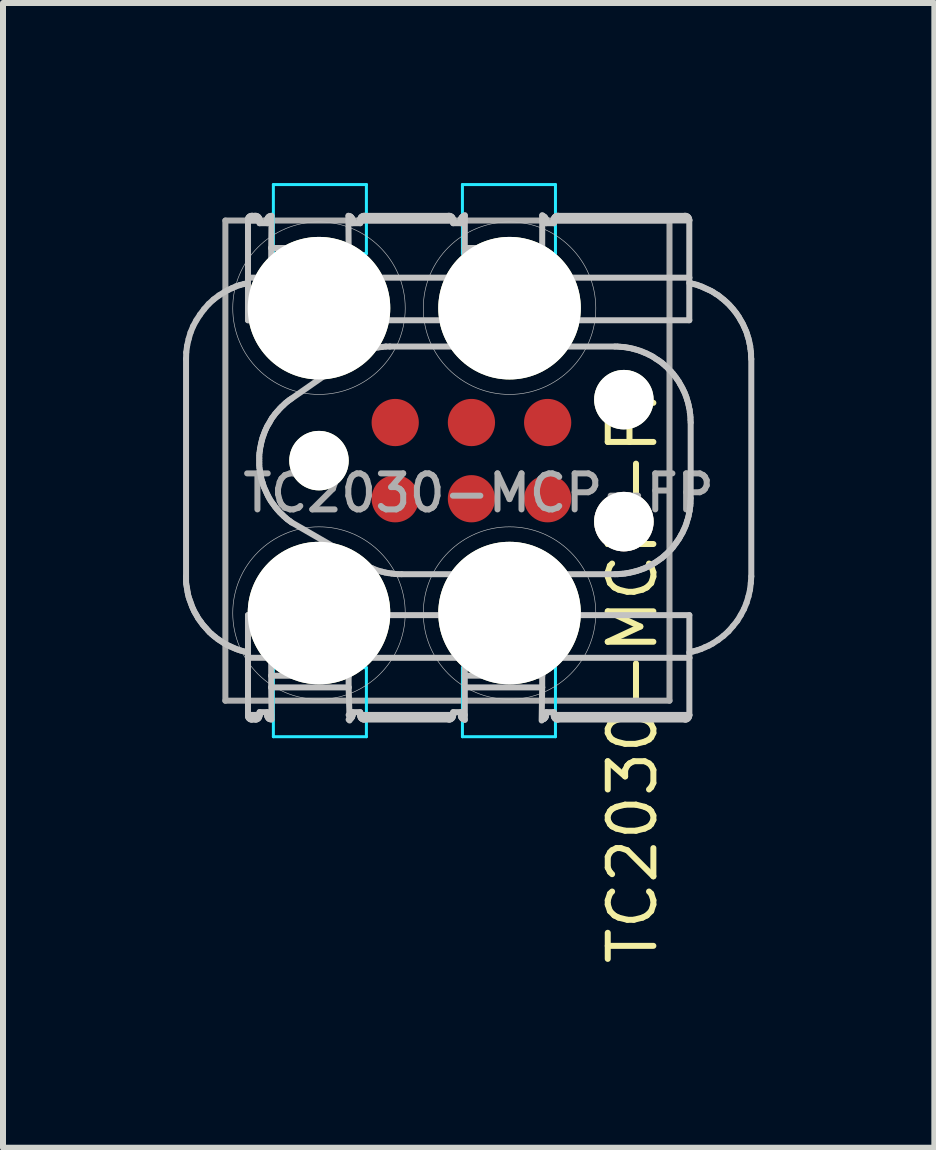
<source format=kicad_pcb>
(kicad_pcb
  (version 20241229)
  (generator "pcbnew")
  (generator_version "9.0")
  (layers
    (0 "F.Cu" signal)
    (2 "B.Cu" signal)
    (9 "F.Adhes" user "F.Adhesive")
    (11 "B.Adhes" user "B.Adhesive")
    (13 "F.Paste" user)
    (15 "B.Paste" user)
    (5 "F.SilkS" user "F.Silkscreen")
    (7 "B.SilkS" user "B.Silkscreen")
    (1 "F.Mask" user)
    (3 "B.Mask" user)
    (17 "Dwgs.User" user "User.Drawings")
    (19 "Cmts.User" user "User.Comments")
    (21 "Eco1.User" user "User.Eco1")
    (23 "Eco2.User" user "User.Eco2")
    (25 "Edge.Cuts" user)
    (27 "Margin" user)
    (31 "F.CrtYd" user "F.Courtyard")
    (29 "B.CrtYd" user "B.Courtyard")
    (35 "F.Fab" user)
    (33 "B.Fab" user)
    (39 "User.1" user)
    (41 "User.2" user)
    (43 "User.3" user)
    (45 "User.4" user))
  (footprint "TC2030-MCP-FP"
    (layer "F.Cu")
    (at 4.805 4.625)
    (property "Reference" "TC2030-MCP-FP" (at 2.685 3.416 270) (layer "F.SilkS") (effects (font (size 0.76 0.76) (thickness 0.1))))
    (attr through_hole)
    (fp_line (start -4.755 1.928) (end -4.755 -1.693) (stroke (width 0.1) (type solid)) (layer "Dwgs.User"))
    (fp_line (start -4.755 1.928) (end -4.755 1.971) (stroke (width 0.1) (type solid)) (layer "Dwgs.User"))
    (fp_line (start -4.755 1.971) (end -4.755 2.014) (stroke (width 0.1) (type solid)) (layer "Dwgs.User"))
    (fp_line (start -4.755 2.014) (end -4.752 2.057) (stroke (width 0.1) (type solid)) (layer "Dwgs.User"))
    (fp_line (start -4.752 -1.804) (end -4.755 -1.693) (stroke (width 0.1) (type solid)) (layer "Dwgs.User"))
    (fp_line (start -4.752 2.057) (end -4.744 2.1) (stroke (width 0.1) (type solid)) (layer "Dwgs.User"))
    (fp_line (start -4.744 2.1) (end -4.737 2.143) (stroke (width 0.1) (type solid)) (layer "Dwgs.User"))
    (fp_line (start -4.737 -1.916) (end -4.752 -1.804) (stroke (width 0.1) (type solid)) (layer "Dwgs.User"))
    (fp_line (start -4.737 2.143) (end -4.73 2.186) (stroke (width 0.1) (type solid)) (layer "Dwgs.User"))
    (fp_line (start -4.73 2.186) (end -4.723 2.226) (stroke (width 0.1) (type solid)) (layer "Dwgs.User"))
    (fp_line (start -4.723 2.226) (end -4.712 2.269) (stroke (width 0.1) (type solid)) (layer "Dwgs.User"))
    (fp_line (start -4.712 -2.027) (end -4.737 -1.916) (stroke (width 0.1) (type solid)) (layer "Dwgs.User"))
    (fp_line (start -4.712 2.269) (end -4.698 2.312) (stroke (width 0.1) (type solid)) (layer "Dwgs.User"))
    (fp_line (start -4.698 2.312) (end -4.683 2.352) (stroke (width 0.1) (type solid)) (layer "Dwgs.User"))
    (fp_line (start -4.683 2.352) (end -4.669 2.391) (stroke (width 0.1) (type solid)) (layer "Dwgs.User"))
    (fp_line (start -4.68 -2.135) (end -4.712 -2.027) (stroke (width 0.1) (type solid)) (layer "Dwgs.User"))
    (fp_line (start -4.669 2.391) (end -4.655 2.431) (stroke (width 0.1) (type solid)) (layer "Dwgs.User"))
    (fp_line (start -4.655 2.431) (end -4.637 2.47) (stroke (width 0.1) (type solid)) (layer "Dwgs.User"))
    (fp_line (start -4.637 -2.239) (end -4.68 -2.135) (stroke (width 0.1) (type solid)) (layer "Dwgs.User"))
    (fp_line (start -4.637 2.47) (end -4.619 2.51) (stroke (width 0.1) (type solid)) (layer "Dwgs.User"))
    (fp_line (start -4.619 2.51) (end -4.597 2.549) (stroke (width 0.1) (type solid)) (layer "Dwgs.User"))
    (fp_line (start -4.597 2.549) (end -4.576 2.585) (stroke (width 0.1) (type solid)) (layer "Dwgs.User"))
    (fp_line (start -4.583 -2.339) (end -4.637 -2.239) (stroke (width 0.1) (type solid)) (layer "Dwgs.User"))
    (fp_line (start -4.576 2.585) (end -4.554 2.625) (stroke (width 0.1) (type solid)) (layer "Dwgs.User"))
    (fp_line (start -4.554 2.625) (end -4.529 2.66) (stroke (width 0.1) (type solid)) (layer "Dwgs.User"))
    (fp_line (start -4.529 2.66) (end -4.504 2.693) (stroke (width 0.1) (type solid)) (layer "Dwgs.User"))
    (fp_line (start -4.522 -2.433) (end -4.583 -2.339) (stroke (width 0.1) (type solid)) (layer "Dwgs.User"))
    (fp_line (start -4.504 2.693) (end -4.479 2.729) (stroke (width 0.1) (type solid)) (layer "Dwgs.User"))
    (fp_line (start -4.479 2.729) (end -4.451 2.761) (stroke (width 0.1) (type solid)) (layer "Dwgs.User"))
    (fp_line (start -4.454 -2.523) (end -4.522 -2.433) (stroke (width 0.1) (type solid)) (layer "Dwgs.User"))
    (fp_line (start -4.451 2.761) (end -4.422 2.793) (stroke (width 0.1) (type solid)) (layer "Dwgs.User"))
    (fp_line (start -4.422 2.793) (end -4.393 2.826) (stroke (width 0.1) (type solid)) (layer "Dwgs.User"))
    (fp_line (start -4.393 2.826) (end -4.365 2.858) (stroke (width 0.1) (type solid)) (layer "Dwgs.User"))
    (fp_line (start -4.379 -2.609) (end -4.454 -2.523) (stroke (width 0.1) (type solid)) (layer "Dwgs.User"))
    (fp_line (start -4.365 2.858) (end -4.332 2.887) (stroke (width 0.1) (type solid)) (layer "Dwgs.User"))
    (fp_line (start -4.332 2.887) (end -4.3 2.915) (stroke (width 0.1) (type solid)) (layer "Dwgs.User"))
    (fp_line (start -4.3 2.915) (end -4.268 2.94) (stroke (width 0.1) (type solid)) (layer "Dwgs.User"))
    (fp_line (start -4.297 -2.684) (end -4.379 -2.609) (stroke (width 0.1) (type solid)) (layer "Dwgs.User"))
    (fp_line (start -4.268 2.94) (end -4.232 2.969) (stroke (width 0.1) (type solid)) (layer "Dwgs.User"))
    (fp_line (start -4.232 2.969) (end -4.196 2.994) (stroke (width 0.1) (type solid)) (layer "Dwgs.User"))
    (fp_line (start -4.207 -2.752) (end -4.297 -2.684) (stroke (width 0.1) (type solid)) (layer "Dwgs.User"))
    (fp_line (start -4.196 2.994) (end -4.16 3.016) (stroke (width 0.1) (type solid)) (layer "Dwgs.User"))
    (fp_line (start -4.16 3.016) (end -4.124 3.041) (stroke (width 0.1) (type solid)) (layer "Dwgs.User"))
    (fp_line (start -4.124 3.041) (end -4.089 3.063) (stroke (width 0.1) (type solid)) (layer "Dwgs.User"))
    (fp_line (start -4.11 -2.813) (end -4.207 -2.752) (stroke (width 0.1) (type solid)) (layer "Dwgs.User"))
    (fp_line (start -4.089 3.063) (end -4.049 3.081) (stroke (width 0.1) (type solid)) (layer "Dwgs.User"))
    (fp_line (start -4.049 -2.846) (end -4.11 -2.813) (stroke (width 0.1) (type solid)) (layer "Dwgs.User"))
    (fp_line (start -4.049 3.081) (end -4.01 3.099) (stroke (width 0.1) (type solid)) (layer "Dwgs.User"))
    (fp_line (start -4.01 3.099) (end -3.97 3.117) (stroke (width 0.1) (type solid)) (layer "Dwgs.User"))
    (fp_line (start -3.988 -2.874) (end -4.049 -2.846) (stroke (width 0.1) (type solid)) (layer "Dwgs.User"))
    (fp_line (start -3.97 3.117) (end -3.931 3.134) (stroke (width 0.1) (type solid)) (layer "Dwgs.User"))
    (fp_line (start -3.931 3.134) (end -3.891 3.149) (stroke (width 0.1) (type solid)) (layer "Dwgs.User"))
    (fp_line (start -3.924 -2.903) (end -3.988 -2.874) (stroke (width 0.1) (type solid)) (layer "Dwgs.User"))
    (fp_line (start -3.891 3.149) (end -3.848 3.163) (stroke (width 0.1) (type solid)) (layer "Dwgs.User"))
    (fp_line (start -3.859 -2.925) (end -3.924 -2.903) (stroke (width 0.1) (type solid)) (layer "Dwgs.User"))
    (fp_line (start -3.848 3.163) (end -3.809 3.174) (stroke (width 0.1) (type solid)) (layer "Dwgs.User"))
    (fp_line (start -3.809 3.174) (end -3.766 3.185) (stroke (width 0.1) (type solid)) (layer "Dwgs.User"))
    (fp_line (start -3.791 -2.943) (end -3.859 -2.925) (stroke (width 0.1) (type solid)) (layer "Dwgs.User"))
    (fp_line (start -3.766 3.185) (end -3.723 3.196) (stroke (width 0.1) (type solid)) (layer "Dwgs.User"))
    (fp_line (start -3.723 -3.049) (end -3.723 -4.002) (stroke (width 0.1) (type solid)) (layer "Dwgs.User"))
    (fp_line (start -3.723 -2.96) (end -3.791 -2.943) (stroke (width 0.1) (type solid)) (layer "Dwgs.User"))
    (fp_line (start -3.723 -4.01) (end -3.723 -4.002) (stroke (width 0.1) (type solid)) (layer "Dwgs.User"))
    (fp_line (start -3.723 3.285) (end -3.336 3.285) (stroke (width 0.1) (type solid)) (layer "Dwgs.User"))
    (fp_line (start -3.723 4.244) (end -3.723 4.262) (stroke (width 0.1) (type solid)) (layer "Dwgs.User"))
    (fp_line (start -3.723 4.262) (end -3.716 4.28) (stroke (width 0.1) (type solid)) (layer "Dwgs.User"))
    (fp_line (start -3.723 -3.049) (end -3.723 -2.339) (stroke (width 0.1) (type solid)) (layer "Dwgs.User"))
    (fp_line (start -3.723 -4.028) (end -3.723 -4.01) (stroke (width 0.1) (type solid)) (layer "Dwgs.User"))
    (fp_line (start -3.723 2.574) (end 3.63 2.574) (stroke (width 0.1) (type solid)) (layer "Dwgs.User"))
    (fp_line (start -3.723 -4.002) (end -3.53 -4.002) (stroke (width 0.1) (type solid)) (layer "Dwgs.User"))
    (fp_line (start -3.723 2.574) (end -3.723 3.285) (stroke (width 0.1) (type solid)) (layer "Dwgs.User"))
    (fp_line (start -3.723 4.237) (end -3.723 4.244) (stroke (width 0.1) (type solid)) (layer "Dwgs.User"))
    (fp_line (start -3.723 4.237) (end -3.723 3.285) (stroke (width 0.1) (type solid)) (layer "Dwgs.User"))
    (fp_line (start -3.716 4.28) (end -3.705 4.295) (stroke (width 0.1) (type solid)) (layer "Dwgs.User"))
    (fp_line (start -3.716 -4.046) (end -3.723 -4.028) (stroke (width 0.1) (type solid)) (layer "Dwgs.User"))
    (fp_line (start -3.705 4.295) (end -3.691 4.306) (stroke (width 0.1) (type solid)) (layer "Dwgs.User"))
    (fp_line (start -3.705 -4.06) (end -3.716 -4.046) (stroke (width 0.1) (type solid)) (layer "Dwgs.User"))
    (fp_line (start -3.691 4.306) (end -3.673 4.314) (stroke (width 0.1) (type solid)) (layer "Dwgs.User"))
    (fp_line (start -3.691 -4.071) (end -3.705 -4.06) (stroke (width 0.1) (type solid)) (layer "Dwgs.User"))
    (fp_line (start -3.673 4.314) (end -3.655 4.316) (stroke (width 0.1) (type solid)) (layer "Dwgs.User"))
    (fp_line (start -3.673 -4.078) (end -3.691 -4.071) (stroke (width 0.1) (type solid)) (layer "Dwgs.User"))
    (fp_line (start -3.655 -4.078) (end -3.601 -4.078) (stroke (width 0.1) (type solid)) (layer "Dwgs.User"))
    (fp_line (start -3.655 -4.081) (end -3.673 -4.078) (stroke (width 0.1) (type solid)) (layer "Dwgs.User"))
    (fp_line (start -3.601 4.314) (end -3.655 4.314) (stroke (width 0.1) (type solid)) (layer "Dwgs.User"))
    (fp_line (start -3.601 4.316) (end -3.583 4.314) (stroke (width 0.1) (type solid)) (layer "Dwgs.User"))
    (fp_line (start -3.583 -4.078) (end -3.601 -4.081) (stroke (width 0.1) (type solid)) (layer "Dwgs.User"))
    (fp_line (start -3.583 4.314) (end -3.565 4.305) (stroke (width 0.1) (type solid)) (layer "Dwgs.User"))
    (fp_line (start -3.565 -4.07) (end -3.583 -4.078) (stroke (width 0.1) (type solid)) (layer "Dwgs.User"))
    (fp_line (start -3.565 4.305) (end -3.551 4.295) (stroke (width 0.1) (type solid)) (layer "Dwgs.User"))
    (fp_line (start -3.551 -4.06) (end -3.565 -4.07) (stroke (width 0.1) (type solid)) (layer "Dwgs.User"))
    (fp_line (start -3.551 4.295) (end -3.54 4.28) (stroke (width 0.1) (type solid)) (layer "Dwgs.User"))
    (fp_line (start -3.54 -4.045) (end -3.551 -4.06) (stroke (width 0.1) (type solid)) (layer "Dwgs.User"))
    (fp_line (start -3.54 4.28) (end -3.533 4.262) (stroke (width 0.1) (type solid)) (layer "Dwgs.User"))
    (fp_line (start -3.535 -0.043) (end -3.535 -0.001) (stroke (width 0.1) (type solid)) (layer "Dwgs.User"))
    (fp_line (start -3.535 -0.001) (end -3.535 0.041) (stroke (width 0.1) (type solid)) (layer "Dwgs.User"))
    (fp_line (start -3.535 0.041) (end -3.535 0.08) (stroke (width 0.1) (type solid)) (layer "Dwgs.User"))
    (fp_line (start -3.535 0.08) (end -3.532 0.122) (stroke (width 0.1) (type solid)) (layer "Dwgs.User"))
    (fp_line (start -3.535 -0.085) (end -3.535 -0.043) (stroke (width 0.1) (type solid)) (layer "Dwgs.User"))
    (fp_line (start -3.533 -4.027) (end -3.54 -4.045) (stroke (width 0.1) (type solid)) (layer "Dwgs.User"))
    (fp_line (start -3.533 4.262) (end -3.53 4.244) (stroke (width 0.1) (type solid)) (layer "Dwgs.User"))
    (fp_line (start -3.532 0.122) (end -3.525 0.164) (stroke (width 0.1) (type solid)) (layer "Dwgs.User"))
    (fp_line (start -3.532 -0.127) (end -3.535 -0.085) (stroke (width 0.1) (type solid)) (layer "Dwgs.User"))
    (fp_line (start -3.53 4.237) (end -3.723 4.237) (stroke (width 0.1) (type solid)) (layer "Dwgs.User"))
    (fp_line (start -3.53 -4.01) (end -3.533 -4.027) (stroke (width 0.1) (type solid)) (layer "Dwgs.User"))
    (fp_line (start -3.53 -4.002) (end -3.53 -4.01) (stroke (width 0.1) (type solid)) (layer "Dwgs.User"))
    (fp_line (start -3.53 4.244) (end -3.53 4.237) (stroke (width 0.1) (type solid)) (layer "Dwgs.User"))
    (fp_line (start -3.53 4.191) (end -3.401 4.191) (stroke (width 0.1) (type solid)) (layer "Dwgs.User"))
    (fp_line (start -3.53 -3.956) (end -3.53 -4.002) (stroke (width 0.1) (type solid)) (layer "Dwgs.User"))
    (fp_line (start -3.53 4.237) (end -3.53 4.19) (stroke (width 0.1) (type solid)) (layer "Dwgs.User"))
    (fp_line (start -3.525 0.164) (end -3.518 0.206) (stroke (width 0.1) (type solid)) (layer "Dwgs.User"))
    (fp_line (start -3.525 -0.169) (end -3.532 -0.127) (stroke (width 0.1) (type solid)) (layer "Dwgs.User"))
    (fp_line (start -3.521 -0.208) (end -3.525 -0.169) (stroke (width 0.1) (type solid)) (layer "Dwgs.User"))
    (fp_line (start -3.518 0.206) (end -3.511 0.245) (stroke (width 0.1) (type solid)) (layer "Dwgs.User"))
    (fp_line (start -3.511 0.245) (end -3.504 0.287) (stroke (width 0.1) (type solid)) (layer "Dwgs.User"))
    (fp_line (start -3.511 -0.25) (end -3.521 -0.208) (stroke (width 0.1) (type solid)) (layer "Dwgs.User"))
    (fp_line (start -3.504 0.287) (end -3.493 0.329) (stroke (width 0.1) (type solid)) (layer "Dwgs.User"))
    (fp_line (start -3.504 -0.291) (end -3.511 -0.25) (stroke (width 0.1) (type solid)) (layer "Dwgs.User"))
    (fp_line (start -3.493 0.329) (end -3.479 0.368) (stroke (width 0.1) (type solid)) (layer "Dwgs.User"))
    (fp_line (start -3.493 -0.331) (end -3.504 -0.291) (stroke (width 0.1) (type solid)) (layer "Dwgs.User"))
    (fp_line (start -3.483 -0.373) (end -3.493 -0.331) (stroke (width 0.1) (type solid)) (layer "Dwgs.User"))
    (fp_line (start -3.479 0.368) (end -3.469 0.406) (stroke (width 0.1) (type solid)) (layer "Dwgs.User"))
    (fp_line (start -3.469 0.406) (end -3.455 0.445) (stroke (width 0.1) (type solid)) (layer "Dwgs.User"))
    (fp_line (start -3.469 -0.412) (end -3.483 -0.373) (stroke (width 0.1) (type solid)) (layer "Dwgs.User"))
    (fp_line (start -3.455 0.445) (end -3.437 0.484) (stroke (width 0.1) (type solid)) (layer "Dwgs.User"))
    (fp_line (start -3.455 -0.45) (end -3.469 -0.412) (stroke (width 0.1) (type solid)) (layer "Dwgs.User"))
    (fp_line (start -3.441 -0.489) (end -3.455 -0.45) (stroke (width 0.1) (type solid)) (layer "Dwgs.User"))
    (fp_line (start -3.437 0.484) (end -3.42 0.522) (stroke (width 0.1) (type solid)) (layer "Dwgs.User"))
    (fp_line (start -3.423 -0.528) (end -3.441 -0.489) (stroke (width 0.1) (type solid)) (layer "Dwgs.User"))
    (fp_line (start -3.42 0.522) (end -3.402 0.561) (stroke (width 0.1) (type solid)) (layer "Dwgs.User"))
    (fp_line (start -3.406 -0.566) (end -3.423 -0.528) (stroke (width 0.1) (type solid)) (layer "Dwgs.User"))
    (fp_line (start -3.402 0.561) (end -3.385 0.596) (stroke (width 0.1) (type solid)) (layer "Dwgs.User"))
    (fp_line (start -3.401 -3.956) (end -3.53 -3.956) (stroke (width 0.1) (type solid)) (layer "Dwgs.User"))
    (fp_line (start -3.401 -4.01) (end -3.401 -4.002) (stroke (width 0.1) (type solid)) (layer "Dwgs.User"))
    (fp_line (start -3.401 -4.028) (end -3.401 -4.01) (stroke (width 0.1) (type solid)) (layer "Dwgs.User"))
    (fp_line (start -3.401 4.244) (end -3.401 4.262) (stroke (width 0.1) (type solid)) (layer "Dwgs.User"))
    (fp_line (start -3.401 4.262) (end -3.393 4.277) (stroke (width 0.1) (type solid)) (layer "Dwgs.User"))
    (fp_line (start -3.401 4.191) (end -3.401 4.237) (stroke (width 0.1) (type solid)) (layer "Dwgs.User"))
    (fp_line (start -3.401 4.237) (end -3.401 4.244) (stroke (width 0.1) (type solid)) (layer "Dwgs.User"))
    (fp_line (start -3.401 -4.002) (end -3.401 -3.956) (stroke (width 0.1) (type solid)) (layer "Dwgs.User"))
    (fp_line (start -3.401 -4.002) (end -3.336 -4.002) (stroke (width 0.1) (type solid)) (layer "Dwgs.User"))
    (fp_line (start -3.394 -4.042) (end -3.401 -4.028) (stroke (width 0.1) (type solid)) (layer "Dwgs.User"))
    (fp_line (start -3.393 4.277) (end -3.383 4.291) (stroke (width 0.1) (type solid)) (layer "Dwgs.User"))
    (fp_line (start -3.385 0.596) (end -3.364 0.635) (stroke (width 0.1) (type solid)) (layer "Dwgs.User"))
    (fp_line (start -3.385 -0.601) (end -3.406 -0.566) (stroke (width 0.1) (type solid)) (layer "Dwgs.User"))
    (fp_line (start -3.383 -4.056) (end -3.394 -4.042) (stroke (width 0.1) (type solid)) (layer "Dwgs.User"))
    (fp_line (start -3.383 4.291) (end -3.372 4.302) (stroke (width 0.1) (type solid)) (layer "Dwgs.User"))
    (fp_line (start -3.372 -4.067) (end -3.383 -4.056) (stroke (width 0.1) (type solid)) (layer "Dwgs.User"))
    (fp_line (start -3.372 4.302) (end -3.354 4.309) (stroke (width 0.1) (type solid)) (layer "Dwgs.User"))
    (fp_line (start -3.364 0.635) (end -3.343 0.67) (stroke (width 0.1) (type solid)) (layer "Dwgs.User"))
    (fp_line (start -3.364 -0.636) (end -3.385 -0.601) (stroke (width 0.1) (type solid)) (layer "Dwgs.User"))
    (fp_line (start -3.354 -4.074) (end -3.372 -4.067) (stroke (width 0.1) (type solid)) (layer "Dwgs.User"))
    (fp_line (start -3.354 4.309) (end -3.336 4.314) (stroke (width 0.1) (type solid)) (layer "Dwgs.User"))
    (fp_line (start -3.343 0.67) (end -3.318 0.705) (stroke (width 0.1) (type solid)) (layer "Dwgs.User"))
    (fp_line (start -3.343 -0.675) (end -3.364 -0.636) (stroke (width 0.1) (type solid)) (layer "Dwgs.User"))
    (fp_line (start -3.336 -3.049) (end -3.723 -3.049) (stroke (width 0.1) (type solid)) (layer "Dwgs.User"))
    (fp_line (start -3.336 3.285) (end -2.046 3.285) (stroke (width 0.1) (type solid)) (layer "Dwgs.User"))
    (fp_line (start -3.336 4.237) (end -3.401 4.237) (stroke (width 0.1) (type solid)) (layer "Dwgs.User"))
    (fp_line (start -3.336 3.778) (end -3.336 3.584) (stroke (width 0.1) (type solid)) (layer "Dwgs.User"))
    (fp_line (start -3.336 -4.078) (end -3.354 -4.074) (stroke (width 0.1) (type solid)) (layer "Dwgs.User"))
    (fp_line (start -3.336 -3.543) (end -3.33 -4.08) (stroke (width 0.1) (type solid)) (layer "Dwgs.User"))
    (fp_line (start -3.336 -3.349) (end -3.336 -3.543) (stroke (width 0.1) (type solid)) (layer "Dwgs.User"))
    (fp_line (start -3.336 -3.349) (end -3.336 -3.049) (stroke (width 0.1) (type solid)) (layer "Dwgs.User"))
    (fp_line (start -3.336 3.778) (end -2.046 3.778) (stroke (width 0.1) (type solid)) (layer "Dwgs.User"))
    (fp_line (start -3.336 3.584) (end -2.046 3.584) (stroke (width 0.1) (type solid)) (layer "Dwgs.User"))
    (fp_line (start -3.336 3.285) (end -3.336 3.583) (stroke (width 0.1) (type solid)) (layer "Dwgs.User"))
    (fp_line (start -3.33 4.31) (end -3.336 3.777) (stroke (width 0.1) (type solid)) (layer "Dwgs.User"))
    (fp_line (start -3.322 -0.71) (end -3.343 -0.675) (stroke (width 0.1) (type solid)) (layer "Dwgs.User"))
    (fp_line (start -3.318 0.705) (end -3.294 0.737) (stroke (width 0.1) (type solid)) (layer "Dwgs.User"))
    (fp_line (start -3.297 -0.742) (end -3.322 -0.71) (stroke (width 0.1) (type solid)) (layer "Dwgs.User"))
    (fp_line (start -3.294 0.737) (end -3.269 0.772) (stroke (width 0.1) (type solid)) (layer "Dwgs.User"))
    (fp_line (start -3.272 -0.777) (end -3.297 -0.742) (stroke (width 0.1) (type solid)) (layer "Dwgs.User"))
    (fp_line (start -3.269 0.772) (end -3.244 0.803) (stroke (width 0.1) (type solid)) (layer "Dwgs.User"))
    (fp_line (start -3.244 -0.809) (end -3.272 -0.777) (stroke (width 0.1) (type solid)) (layer "Dwgs.User"))
    (fp_line (start -3.244 0.803) (end -3.216 0.835) (stroke (width 0.1) (type solid)) (layer "Dwgs.User"))
    (fp_line (start -3.216 -0.84) (end -3.244 -0.809) (stroke (width 0.1) (type solid)) (layer "Dwgs.User"))
    (fp_line (start -3.216 0.835) (end -3.188 0.866) (stroke (width 0.1) (type solid)) (layer "Dwgs.User"))
    (fp_line (start -3.188 -0.872) (end -3.216 -0.84) (stroke (width 0.1) (type solid)) (layer "Dwgs.User"))
    (fp_line (start -3.188 0.866) (end -3.157 0.895) (stroke (width 0.1) (type solid)) (layer "Dwgs.User"))
    (fp_line (start -3.16 -0.9) (end -3.188 -0.872) (stroke (width 0.1) (type solid)) (layer "Dwgs.User"))
    (fp_line (start -3.157 0.895) (end -3.129 0.923) (stroke (width 0.1) (type solid)) (layer "Dwgs.User"))
    (fp_line (start -3.129 -0.928) (end -3.16 -0.9) (stroke (width 0.1) (type solid)) (layer "Dwgs.User"))
    (fp_line (start -3.129 0.923) (end -3.097 0.951) (stroke (width 0.1) (type solid)) (layer "Dwgs.User"))
    (fp_line (start -3.101 -0.956) (end -3.129 -0.928) (stroke (width 0.1) (type solid)) (layer "Dwgs.User"))
    (fp_line (start -3.097 0.951) (end -3.066 0.979) (stroke (width 0.1) (type solid)) (layer "Dwgs.User"))
    (fp_line (start -3.066 -0.984) (end -3.101 -0.956) (stroke (width 0.1) (type solid)) (layer "Dwgs.User"))
    (fp_line (start -3.066 0.979) (end -3.031 1.003) (stroke (width 0.1) (type solid)) (layer "Dwgs.User"))
    (fp_line (start -3.034 -1.009) (end -3.066 -0.984) (stroke (width 0.1) (type solid)) (layer "Dwgs.User"))
    (fp_line (start -3.031 1.003) (end -2.999 1.028) (stroke (width 0.1) (type solid)) (layer "Dwgs.User"))
    (fp_line (start -2.999 -1.033) (end -3.034 -1.009) (stroke (width 0.1) (type solid)) (layer "Dwgs.User"))
    (fp_line (start -2.999 -1.033) (end -2.081 -1.672) (stroke (width 0.1) (type solid)) (layer "Dwgs.User"))
    (fp_line (start -2.05 -4.08) (end -2.046 -3.543) (stroke (width 0.1) (type solid)) (layer "Dwgs.User"))
    (fp_line (start -2.046 -3.049) (end -2.046 -3.349) (stroke (width 0.1) (type solid)) (layer "Dwgs.User"))
    (fp_line (start -2.046 -3.543) (end -2.046 -3.349) (stroke (width 0.1) (type solid)) (layer "Dwgs.User"))
    (fp_line (start -2.046 -3.543) (end -3.336 -3.543) (stroke (width 0.1) (type solid)) (layer "Dwgs.User"))
    (fp_line (start -2.046 3.285) (end -0.111 3.285) (stroke (width 0.1) (type solid)) (layer "Dwgs.User"))
    (fp_line (start -2.046 3.584) (end -2.046 3.285) (stroke (width 0.1) (type solid)) (layer "Dwgs.User"))
    (fp_line (start -2.046 3.584) (end -2.046 3.778) (stroke (width 0.1) (type solid)) (layer "Dwgs.User"))
    (fp_line (start -2.046 -3.349) (end -3.336 -3.349) (stroke (width 0.1) (type solid)) (layer "Dwgs.User"))
    (fp_line (start -2.046 -4.002) (end -1.981 -4.002) (stroke (width 0.1) (type solid)) (layer "Dwgs.User"))
    (fp_line (start -2.046 -3.049) (end -3.336 -3.049) (stroke (width 0.1) (type solid)) (layer "Dwgs.User"))
    (fp_line (start -2.046 3.777) (end -2.03 4.33) (stroke (width 0.1) (type solid)) (layer "Dwgs.User"))
    (fp_line (start -2.046 4.314) (end -2.032 4.309) (stroke (width 0.1) (type solid)) (layer "Dwgs.User"))
    (fp_line (start -2.032 -4.074) (end -2.046 -4.078) (stroke (width 0.1) (type solid)) (layer "Dwgs.User"))
    (fp_line (start -2.032 4.309) (end -2.014 4.302) (stroke (width 0.1) (type solid)) (layer "Dwgs.User"))
    (fp_line (start -2.029 -1.708) (end -2.081 -1.672) (stroke (width 0.1) (type solid)) (layer "Dwgs.User"))
    (fp_line (start -2.014 -4.067) (end -2.032 -4.074) (stroke (width 0.1) (type solid)) (layer "Dwgs.User"))
    (fp_line (start -2.014 4.302) (end -2.003 4.291) (stroke (width 0.1) (type solid)) (layer "Dwgs.User"))
    (fp_line (start -2.003 -4.056) (end -2.014 -4.067) (stroke (width 0.1) (type solid)) (layer "Dwgs.User"))
    (fp_line (start -2.003 4.291) (end -1.992 4.277) (stroke (width 0.1) (type solid)) (layer "Dwgs.User"))
    (fp_line (start -1.992 -4.042) (end -2.003 -4.056) (stroke (width 0.1) (type solid)) (layer "Dwgs.User"))
    (fp_line (start -1.992 4.277) (end -1.985 4.262) (stroke (width 0.1) (type solid)) (layer "Dwgs.User"))
    (fp_line (start -1.985 -4.027) (end -1.992 -4.042) (stroke (width 0.1) (type solid)) (layer "Dwgs.User"))
    (fp_line (start -1.985 4.262) (end -1.981 4.244) (stroke (width 0.1) (type solid)) (layer "Dwgs.User"))
    (fp_line (start -1.982 -4.01) (end -1.985 -4.027) (stroke (width 0.1) (type solid)) (layer "Dwgs.User"))
    (fp_line (start -1.982 -4.002) (end -1.982 -4.01) (stroke (width 0.1) (type solid)) (layer "Dwgs.User"))
    (fp_line (start -1.982 4.237) (end -2.046 4.237) (stroke (width 0.1) (type solid)) (layer "Dwgs.User"))
    (fp_line (start -1.982 4.237) (end -1.982 4.191) (stroke (width 0.1) (type solid)) (layer "Dwgs.User"))
    (fp_line (start -1.982 4.191) (end -1.853 4.191) (stroke (width 0.1) (type solid)) (layer "Dwgs.User"))
    (fp_line (start -1.982 4.244) (end -1.982 4.237) (stroke (width 0.1) (type solid)) (layer "Dwgs.User"))
    (fp_line (start -1.982 -3.956) (end -1.982 -4.002) (stroke (width 0.1) (type solid)) (layer "Dwgs.User"))
    (fp_line (start -1.973 -1.743) (end -2.029 -1.708) (stroke (width 0.1) (type solid)) (layer "Dwgs.User"))
    (fp_line (start -1.917 -1.771) (end -1.973 -1.743) (stroke (width 0.1) (type solid)) (layer "Dwgs.User"))
    (fp_line (start -1.861 -1.799) (end -1.917 -1.771) (stroke (width 0.1) (type solid)) (layer "Dwgs.User"))
    (fp_line (start -1.853 -3.956) (end -1.982 -3.956) (stroke (width 0.1) (type solid)) (layer "Dwgs.User"))
    (fp_line (start -1.853 -4.028) (end -1.853 -4.01) (stroke (width 0.1) (type solid)) (layer "Dwgs.User"))
    (fp_line (start -1.853 4.191) (end -1.853 4.237) (stroke (width 0.1) (type solid)) (layer "Dwgs.User"))
    (fp_line (start -1.852 -4.01) (end -1.852 -4.002) (stroke (width 0.1) (type solid)) (layer "Dwgs.User"))
    (fp_line (start -1.852 4.244) (end -1.852 4.262) (stroke (width 0.1) (type solid)) (layer "Dwgs.User"))
    (fp_line (start -1.852 4.262) (end -1.845 4.28) (stroke (width 0.1) (type solid)) (layer "Dwgs.User"))
    (fp_line (start -1.852 4.237) (end -1.852 4.244) (stroke (width 0.1) (type solid)) (layer "Dwgs.User"))
    (fp_line (start -1.852 -4.002) (end -1.852 -3.956) (stroke (width 0.1) (type solid)) (layer "Dwgs.User"))
    (fp_line (start -1.852 -4.002) (end -0.304 -4.002) (stroke (width 0.1) (type solid)) (layer "Dwgs.User"))
    (fp_line (start -1.845 -4.046) (end -1.853 -4.028) (stroke (width 0.1) (type solid)) (layer "Dwgs.User"))
    (fp_line (start -1.845 4.28) (end -1.835 4.295) (stroke (width 0.1) (type solid)) (layer "Dwgs.User"))
    (fp_line (start -1.835 -4.06) (end -1.845 -4.046) (stroke (width 0.1) (type solid)) (layer "Dwgs.User"))
    (fp_line (start -1.835 4.295) (end -1.82 4.305) (stroke (width 0.1) (type solid)) (layer "Dwgs.User"))
    (fp_line (start -1.82 -4.071) (end -1.835 -4.06) (stroke (width 0.1) (type solid)) (layer "Dwgs.User"))
    (fp_line (start -1.82 4.305) (end -1.802 4.314) (stroke (width 0.1) (type solid)) (layer "Dwgs.User"))
    (fp_line (start -1.802 -4.078) (end -1.82 -4.071) (stroke (width 0.1) (type solid)) (layer "Dwgs.User"))
    (fp_line (start -1.802 4.314) (end -1.784 4.316) (stroke (width 0.1) (type solid)) (layer "Dwgs.User"))
    (fp_line (start -1.801 -1.823) (end -1.861 -1.799) (stroke (width 0.1) (type solid)) (layer "Dwgs.User"))
    (fp_line (start -1.794 1.723) (end -2.999 1.028) (stroke (width 0.1) (type solid)) (layer "Dwgs.User"))
    (fp_line (start -1.794 1.723) (end -1.749 1.751) (stroke (width 0.1) (type solid)) (layer "Dwgs.User"))
    (fp_line (start -1.785 -4.078) (end -0.376 -4.078) (stroke (width 0.1) (type solid)) (layer "Dwgs.User"))
    (fp_line (start -1.784 -4.081) (end -1.802 -4.078) (stroke (width 0.1) (type solid)) (layer "Dwgs.User"))
    (fp_line (start -1.749 1.751) (end -1.7 1.776) (stroke (width 0.1) (type solid)) (layer "Dwgs.User"))
    (fp_line (start -1.738 -1.841) (end -1.801 -1.823) (stroke (width 0.1) (type solid)) (layer "Dwgs.User"))
    (fp_line (start -1.7 1.776) (end -1.647 1.797) (stroke (width 0.1) (type solid)) (layer "Dwgs.User"))
    (fp_line (start -1.679 -1.859) (end -1.738 -1.841) (stroke (width 0.1) (type solid)) (layer "Dwgs.User"))
    (fp_line (start -1.647 1.797) (end -1.598 1.818) (stroke (width 0.1) (type solid)) (layer "Dwgs.User"))
    (fp_line (start -1.615 -1.876) (end -1.679 -1.859) (stroke (width 0.1) (type solid)) (layer "Dwgs.User"))
    (fp_line (start -1.598 1.818) (end -1.545 1.836) (stroke (width 0.1) (type solid)) (layer "Dwgs.User"))
    (fp_line (start -1.552 -1.887) (end -1.615 -1.876) (stroke (width 0.1) (type solid)) (layer "Dwgs.User"))
    (fp_line (start -1.545 1.836) (end -1.493 1.85) (stroke (width 0.1) (type solid)) (layer "Dwgs.User"))
    (fp_line (start -1.493 1.85) (end -1.437 1.864) (stroke (width 0.1) (type solid)) (layer "Dwgs.User"))
    (fp_line (start -1.489 -1.894) (end -1.552 -1.887) (stroke (width 0.1) (type solid)) (layer "Dwgs.User"))
    (fp_line (start -1.437 1.864) (end -1.384 1.874) (stroke (width 0.1) (type solid)) (layer "Dwgs.User"))
    (fp_line (start -1.426 -1.901) (end -1.489 -1.894) (stroke (width 0.1) (type solid)) (layer "Dwgs.User"))
    (fp_line (start -1.384 1.874) (end -1.328 1.881) (stroke (width 0.1) (type solid)) (layer "Dwgs.User"))
    (fp_line (start -1.36 -1.901) (end -1.426 -1.901) (stroke (width 0.1) (type solid)) (layer "Dwgs.User"))
    (fp_line (start -1.36 -1.901) (end 2.392 -1.901) (stroke (width 0.1) (type solid)) (layer "Dwgs.User"))
    (fp_line (start -1.328 1.881) (end -1.276 1.888) (stroke (width 0.1) (type solid)) (layer "Dwgs.User"))
    (fp_line (start -1.276 1.888) (end -1.22 1.892) (stroke (width 0.1) (type solid)) (layer "Dwgs.User"))
    (fp_line (start -1.22 1.892) (end -1.164 1.892) (stroke (width 0.1) (type solid)) (layer "Dwgs.User"))
    (fp_line (start -0.376 4.314) (end -1.784 4.314) (stroke (width 0.1) (type solid)) (layer "Dwgs.User"))
    (fp_line (start -0.376 4.316) (end -0.358 4.314) (stroke (width 0.1) (type solid)) (layer "Dwgs.User"))
    (fp_line (start -0.358 -4.078) (end -0.376 -4.081) (stroke (width 0.1) (type solid)) (layer "Dwgs.User"))
    (fp_line (start -0.358 4.314) (end -0.34 4.305) (stroke (width 0.1) (type solid)) (layer "Dwgs.User"))
    (fp_line (start -0.34 -4.07) (end -0.358 -4.078) (stroke (width 0.1) (type solid)) (layer "Dwgs.User"))
    (fp_line (start -0.34 4.305) (end -0.326 4.295) (stroke (width 0.1) (type solid)) (layer "Dwgs.User"))
    (fp_line (start -0.326 -4.06) (end -0.34 -4.07) (stroke (width 0.1) (type solid)) (layer "Dwgs.User"))
    (fp_line (start -0.326 4.295) (end -0.315 4.28) (stroke (width 0.1) (type solid)) (layer "Dwgs.User"))
    (fp_line (start -0.315 -4.045) (end -0.326 -4.06) (stroke (width 0.1) (type solid)) (layer "Dwgs.User"))
    (fp_line (start -0.315 4.28) (end -0.308 4.262) (stroke (width 0.1) (type solid)) (layer "Dwgs.User"))
    (fp_line (start -0.308 -4.027) (end -0.315 -4.045) (stroke (width 0.1) (type solid)) (layer "Dwgs.User"))
    (fp_line (start -0.308 4.262) (end -0.304 4.244) (stroke (width 0.1) (type solid)) (layer "Dwgs.User"))
    (fp_line (start -0.305 -3.956) (end -0.305 -4.002) (stroke (width 0.1) (type solid)) (layer "Dwgs.User"))
    (fp_line (start -0.304 4.237) (end -1.853 4.237) (stroke (width 0.1) (type solid)) (layer "Dwgs.User"))
    (fp_line (start -0.304 4.237) (end -0.304 4.191) (stroke (width 0.1) (type solid)) (layer "Dwgs.User"))
    (fp_line (start -0.304 4.191) (end -0.175 4.191) (stroke (width 0.1) (type solid)) (layer "Dwgs.User"))
    (fp_line (start -0.304 -4.002) (end -0.304 -4.01) (stroke (width 0.1) (type solid)) (layer "Dwgs.User"))
    (fp_line (start -0.304 -4.01) (end -0.308 -4.027) (stroke (width 0.1) (type solid)) (layer "Dwgs.User"))
    (fp_line (start -0.304 4.244) (end -0.304 4.237) (stroke (width 0.1) (type solid)) (layer "Dwgs.User"))
    (fp_line (start -0.176 -4.028) (end -0.176 -4.01) (stroke (width 0.1) (type solid)) (layer "Dwgs.User"))
    (fp_line (start -0.176 -4.002) (end -0.176 -3.956) (stroke (width 0.1) (type solid)) (layer "Dwgs.User"))
    (fp_line (start -0.175 4.244) (end -0.175 4.262) (stroke (width 0.1) (type solid)) (layer "Dwgs.User"))
    (fp_line (start -0.175 4.262) (end -0.168 4.277) (stroke (width 0.1) (type solid)) (layer "Dwgs.User"))
    (fp_line (start -0.175 -4.009) (end -0.175 -4.002) (stroke (width 0.1) (type solid)) (layer "Dwgs.User"))
    (fp_line (start -0.175 -3.956) (end -0.304 -3.956) (stroke (width 0.1) (type solid)) (layer "Dwgs.User"))
    (fp_line (start -0.175 -4.002) (end -0.111 -4.002) (stroke (width 0.1) (type solid)) (layer "Dwgs.User"))
    (fp_line (start -0.175 4.19) (end -0.175 4.237) (stroke (width 0.1) (type solid)) (layer "Dwgs.User"))
    (fp_line (start -0.175 4.237) (end -0.175 4.244) (stroke (width 0.1) (type solid)) (layer "Dwgs.User"))
    (fp_line (start -0.168 -4.042) (end -0.176 -4.028) (stroke (width 0.1) (type solid)) (layer "Dwgs.User"))
    (fp_line (start -0.168 4.277) (end -0.158 4.291) (stroke (width 0.1) (type solid)) (layer "Dwgs.User"))
    (fp_line (start -0.158 -4.056) (end -0.168 -4.042) (stroke (width 0.1) (type solid)) (layer "Dwgs.User"))
    (fp_line (start -0.158 4.291) (end -0.147 4.302) (stroke (width 0.1) (type solid)) (layer "Dwgs.User"))
    (fp_line (start -0.147 -4.067) (end -0.158 -4.056) (stroke (width 0.1) (type solid)) (layer "Dwgs.User"))
    (fp_line (start -0.147 4.302) (end -0.129 4.309) (stroke (width 0.1) (type solid)) (layer "Dwgs.User"))
    (fp_line (start -0.129 -4.074) (end -0.147 -4.067) (stroke (width 0.1) (type solid)) (layer "Dwgs.User"))
    (fp_line (start -0.129 4.309) (end -0.111 4.314) (stroke (width 0.1) (type solid)) (layer "Dwgs.User"))
    (fp_line (start -0.111 -3.543) (end -0.11 -4.09) (stroke (width 0.1) (type solid)) (layer "Dwgs.User"))
    (fp_line (start -0.111 -3.349) (end -0.111 -3.049) (stroke (width 0.1) (type solid)) (layer "Dwgs.User"))
    (fp_line (start -0.111 -3.049) (end -2.046 -3.049) (stroke (width 0.1) (type solid)) (layer "Dwgs.User"))
    (fp_line (start -0.111 -4.078) (end -0.129 -4.074) (stroke (width 0.1) (type solid)) (layer "Dwgs.User"))
    (fp_line (start -0.111 -3.349) (end -0.111 -3.543) (stroke (width 0.1) (type solid)) (layer "Dwgs.User"))
    (fp_line (start -0.111 3.285) (end 1.179 3.285) (stroke (width 0.1) (type solid)) (layer "Dwgs.User"))
    (fp_line (start -0.111 4.237) (end -0.175 4.237) (stroke (width 0.1) (type solid)) (layer "Dwgs.User"))
    (fp_line (start -0.111 3.778) (end 1.179 3.778) (stroke (width 0.1) (type solid)) (layer "Dwgs.User"))
    (fp_line (start -0.111 3.778) (end -0.111 3.584) (stroke (width 0.1) (type solid)) (layer "Dwgs.User"))
    (fp_line (start -0.111 3.285) (end -0.111 3.584) (stroke (width 0.1) (type solid)) (layer "Dwgs.User"))
    (fp_line (start -0.111 3.583) (end 1.179 3.583) (stroke (width 0.1) (type solid)) (layer "Dwgs.User"))
    (fp_line (start -0.11 4.32) (end -0.111 3.778) (stroke (width 0.1) (type solid)) (layer "Dwgs.User"))
    (fp_line (start 1.179 -3.543) (end -0.111 -3.543) (stroke (width 0.1) (type solid)) (layer "Dwgs.User"))
    (fp_line (start 1.179 -3.049) (end 1.179 -3.349) (stroke (width 0.1) (type solid)) (layer "Dwgs.User"))
    (fp_line (start 1.179 -3.543) (end 1.179 -3.349) (stroke (width 0.1) (type solid)) (layer "Dwgs.User"))
    (fp_line (start 1.179 3.584) (end 1.179 3.285) (stroke (width 0.1) (type solid)) (layer "Dwgs.User"))
    (fp_line (start 1.179 3.778) (end 1.17 4.33) (stroke (width 0.1) (type solid)) (layer "Dwgs.User"))
    (fp_line (start 1.179 -3.349) (end -0.111 -3.349) (stroke (width 0.1) (type solid)) (layer "Dwgs.User"))
    (fp_line (start 1.179 -4.002) (end 1.244 -4.002) (stroke (width 0.1) (type solid)) (layer "Dwgs.User"))
    (fp_line (start 1.179 -3.049) (end -0.111 -3.049) (stroke (width 0.1) (type solid)) (layer "Dwgs.User"))
    (fp_line (start 1.179 4.314) (end 1.194 4.309) (stroke (width 0.1) (type solid)) (layer "Dwgs.User"))
    (fp_line (start 1.179 3.285) (end 3.631 3.285) (stroke (width 0.1) (type solid)) (layer "Dwgs.User"))
    (fp_line (start 1.179 3.583) (end 1.179 3.777) (stroke (width 0.1) (type solid)) (layer "Dwgs.User"))
    (fp_line (start 1.18 -4.09) (end 1.179 -3.543) (stroke (width 0.1) (type solid)) (layer "Dwgs.User"))
    (fp_line (start 1.193 -4.074) (end 1.179 -4.078) (stroke (width 0.1) (type solid)) (layer "Dwgs.User"))
    (fp_line (start 1.194 4.309) (end 1.212 4.302) (stroke (width 0.1) (type solid)) (layer "Dwgs.User"))
    (fp_line (start 1.211 -4.067) (end 1.193 -4.074) (stroke (width 0.1) (type solid)) (layer "Dwgs.User"))
    (fp_line (start 1.212 4.302) (end 1.222 4.291) (stroke (width 0.1) (type solid)) (layer "Dwgs.User"))
    (fp_line (start 1.222 -4.056) (end 1.211 -4.067) (stroke (width 0.1) (type solid)) (layer "Dwgs.User"))
    (fp_line (start 1.222 4.291) (end 1.233 4.277) (stroke (width 0.1) (type solid)) (layer "Dwgs.User"))
    (fp_line (start 1.233 -4.042) (end 1.222 -4.056) (stroke (width 0.1) (type solid)) (layer "Dwgs.User"))
    (fp_line (start 1.233 4.277) (end 1.24 4.262) (stroke (width 0.1) (type solid)) (layer "Dwgs.User"))
    (fp_line (start 1.24 -4.027) (end 1.233 -4.042) (stroke (width 0.1) (type solid)) (layer "Dwgs.User"))
    (fp_line (start 1.24 4.262) (end 1.244 4.244) (stroke (width 0.1) (type solid)) (layer "Dwgs.User"))
    (fp_line (start 1.244 -4.002) (end 1.244 -4.01) (stroke (width 0.1) (type solid)) (layer "Dwgs.User"))
    (fp_line (start 1.244 4.237) (end 1.179 4.237) (stroke (width 0.1) (type solid)) (layer "Dwgs.User"))
    (fp_line (start 1.244 -4.01) (end 1.24 -4.027) (stroke (width 0.1) (type solid)) (layer "Dwgs.User"))
    (fp_line (start 1.244 4.191) (end 1.373 4.191) (stroke (width 0.1) (type solid)) (layer "Dwgs.User"))
    (fp_line (start 1.244 4.237) (end 1.244 4.191) (stroke (width 0.1) (type solid)) (layer "Dwgs.User"))
    (fp_line (start 1.244 4.244) (end 1.244 4.237) (stroke (width 0.1) (type solid)) (layer "Dwgs.User"))
    (fp_line (start 1.244 -3.956) (end 1.244 -4.002) (stroke (width 0.1) (type solid)) (layer "Dwgs.User"))
    (fp_line (start 1.373 -4.002) (end 1.373 -3.956) (stroke (width 0.1) (type solid)) (layer "Dwgs.User"))
    (fp_line (start 1.373 -3.956) (end 1.244 -3.956) (stroke (width 0.1) (type solid)) (layer "Dwgs.User"))
    (fp_line (start 1.373 -4.01) (end 1.373 -4.002) (stroke (width 0.1) (type solid)) (layer "Dwgs.User"))
    (fp_line (start 1.373 -4.028) (end 1.373 -4.01) (stroke (width 0.1) (type solid)) (layer "Dwgs.User"))
    (fp_line (start 1.373 4.244) (end 1.373 4.262) (stroke (width 0.1) (type solid)) (layer "Dwgs.User"))
    (fp_line (start 1.373 4.262) (end 1.38 4.28) (stroke (width 0.1) (type solid)) (layer "Dwgs.User"))
    (fp_line (start 1.373 4.237) (end 1.373 4.244) (stroke (width 0.1) (type solid)) (layer "Dwgs.User"))
    (fp_line (start 1.373 -4.002) (end 3.63 -4.002) (stroke (width 0.1) (type solid)) (layer "Dwgs.User"))
    (fp_line (start 1.373 4.19) (end 1.373 4.237) (stroke (width 0.1) (type solid)) (layer "Dwgs.User"))
    (fp_line (start 1.38 -4.046) (end 1.373 -4.028) (stroke (width 0.1) (type solid)) (layer "Dwgs.User"))
    (fp_line (start 1.38 4.28) (end 1.391 4.295) (stroke (width 0.1) (type solid)) (layer "Dwgs.User"))
    (fp_line (start 1.391 4.295) (end 1.405 4.306) (stroke (width 0.1) (type solid)) (layer "Dwgs.User"))
    (fp_line (start 1.391 -4.06) (end 1.38 -4.046) (stroke (width 0.1) (type solid)) (layer "Dwgs.User"))
    (fp_line (start 1.405 4.306) (end 1.423 4.314) (stroke (width 0.1) (type solid)) (layer "Dwgs.User"))
    (fp_line (start 1.405 -4.071) (end 1.391 -4.06) (stroke (width 0.1) (type solid)) (layer "Dwgs.User"))
    (fp_line (start 1.423 -4.078) (end 1.405 -4.071) (stroke (width 0.1) (type solid)) (layer "Dwgs.User"))
    (fp_line (start 1.423 4.314) (end 1.441 4.316) (stroke (width 0.1) (type solid)) (layer "Dwgs.User"))
    (fp_line (start 1.441 -4.078) (end 3.559 -4.078) (stroke (width 0.1) (type solid)) (layer "Dwgs.User"))
    (fp_line (start 1.441 -4.081) (end 1.423 -4.078) (stroke (width 0.1) (type solid)) (layer "Dwgs.User"))
    (fp_line (start 2.392 1.892) (end -1.164 1.892) (stroke (width 0.1) (type solid)) (layer "Dwgs.User"))
    (fp_line (start 2.392 1.892) (end 2.434 1.892) (stroke (width 0.1) (type solid)) (layer "Dwgs.User"))
    (fp_line (start 2.434 -1.901) (end 2.392 -1.901) (stroke (width 0.1) (type solid)) (layer "Dwgs.User"))
    (fp_line (start 2.434 1.892) (end 2.476 1.888) (stroke (width 0.1) (type solid)) (layer "Dwgs.User"))
    (fp_line (start 2.476 -1.897) (end 2.434 -1.901) (stroke (width 0.1) (type solid)) (layer "Dwgs.User"))
    (fp_line (start 2.476 1.888) (end 2.518 1.885) (stroke (width 0.1) (type solid)) (layer "Dwgs.User"))
    (fp_line (start 2.518 -1.894) (end 2.476 -1.897) (stroke (width 0.1) (type solid)) (layer "Dwgs.User"))
    (fp_line (start 2.518 1.885) (end 2.56 1.881) (stroke (width 0.1) (type solid)) (layer "Dwgs.User"))
    (fp_line (start 2.56 -1.89) (end 2.518 -1.894) (stroke (width 0.1) (type solid)) (layer "Dwgs.User"))
    (fp_line (start 2.56 1.881) (end 2.599 1.874) (stroke (width 0.1) (type solid)) (layer "Dwgs.User"))
    (fp_line (start 2.599 -1.883) (end 2.56 -1.89) (stroke (width 0.1) (type solid)) (layer "Dwgs.User"))
    (fp_line (start 2.599 1.874) (end 2.641 1.867) (stroke (width 0.1) (type solid)) (layer "Dwgs.User"))
    (fp_line (start 2.641 -1.876) (end 2.599 -1.883) (stroke (width 0.1) (type solid)) (layer "Dwgs.User"))
    (fp_line (start 2.641 1.867) (end 2.683 1.857) (stroke (width 0.1) (type solid)) (layer "Dwgs.User"))
    (fp_line (start 2.683 -1.866) (end 2.641 -1.876) (stroke (width 0.1) (type solid)) (layer "Dwgs.User"))
    (fp_line (start 2.683 1.857) (end 2.725 1.846) (stroke (width 0.1) (type solid)) (layer "Dwgs.User"))
    (fp_line (start 2.725 -1.855) (end 2.683 -1.866) (stroke (width 0.1) (type solid)) (layer "Dwgs.User"))
    (fp_line (start 2.725 1.846) (end 2.764 1.836) (stroke (width 0.1) (type solid)) (layer "Dwgs.User"))
    (fp_line (start 2.764 -1.844) (end 2.725 -1.855) (stroke (width 0.1) (type solid)) (layer "Dwgs.User"))
    (fp_line (start 2.764 1.836) (end 2.806 1.822) (stroke (width 0.1) (type solid)) (layer "Dwgs.User"))
    (fp_line (start 2.806 -1.83) (end 2.764 -1.844) (stroke (width 0.1) (type solid)) (layer "Dwgs.User"))
    (fp_line (start 2.806 1.822) (end 2.844 1.808) (stroke (width 0.1) (type solid)) (layer "Dwgs.User"))
    (fp_line (start 2.844 -1.816) (end 2.806 -1.83) (stroke (width 0.1) (type solid)) (layer "Dwgs.User"))
    (fp_line (start 2.844 1.808) (end 2.883 1.794) (stroke (width 0.1) (type solid)) (layer "Dwgs.User"))
    (fp_line (start 2.883 -1.799) (end 2.844 -1.816) (stroke (width 0.1) (type solid)) (layer "Dwgs.User"))
    (fp_line (start 2.883 1.794) (end 2.921 1.776) (stroke (width 0.1) (type solid)) (layer "Dwgs.User"))
    (fp_line (start 2.921 -1.784) (end 2.883 -1.799) (stroke (width 0.1) (type solid)) (layer "Dwgs.User"))
    (fp_line (start 2.921 1.776) (end 2.96 1.758) (stroke (width 0.1) (type solid)) (layer "Dwgs.User"))
    (fp_line (start 2.96 -1.764) (end 2.921 -1.784) (stroke (width 0.1) (type solid)) (layer "Dwgs.User"))
    (fp_line (start 2.96 1.758) (end 2.998 1.737) (stroke (width 0.1) (type solid)) (layer "Dwgs.User"))
    (fp_line (start 2.998 -1.746) (end 2.96 -1.764) (stroke (width 0.1) (type solid)) (layer "Dwgs.User"))
    (fp_line (start 2.998 1.737) (end 3.033 1.716) (stroke (width 0.1) (type solid)) (layer "Dwgs.User"))
    (fp_line (start 3.033 -1.725) (end 2.998 -1.746) (stroke (width 0.1) (type solid)) (layer "Dwgs.User"))
    (fp_line (start 3.033 1.716) (end 3.068 1.695) (stroke (width 0.1) (type solid)) (layer "Dwgs.User"))
    (fp_line (start 3.068 -1.7) (end 3.033 -1.725) (stroke (width 0.1) (type solid)) (layer "Dwgs.User"))
    (fp_line (start 3.068 1.695) (end 3.103 1.671) (stroke (width 0.1) (type solid)) (layer "Dwgs.User"))
    (fp_line (start 3.103 -1.679) (end 3.068 -1.7) (stroke (width 0.1) (type solid)) (layer "Dwgs.User"))
    (fp_line (start 3.103 1.671) (end 3.138 1.646) (stroke (width 0.1) (type solid)) (layer "Dwgs.User"))
    (fp_line (start 3.138 -1.655) (end 3.103 -1.679) (stroke (width 0.1) (type solid)) (layer "Dwgs.User"))
    (fp_line (start 3.138 1.646) (end 3.174 1.621) (stroke (width 0.1) (type solid)) (layer "Dwgs.User"))
    (fp_line (start 3.173 -1.63) (end 3.138 -1.655) (stroke (width 0.1) (type solid)) (layer "Dwgs.User"))
    (fp_line (start 3.174 1.621) (end 3.205 1.593) (stroke (width 0.1) (type solid)) (layer "Dwgs.User"))
    (fp_line (start 3.205 -1.602) (end 3.173 -1.63) (stroke (width 0.1) (type solid)) (layer "Dwgs.User"))
    (fp_line (start 3.205 1.593) (end 3.237 1.565) (stroke (width 0.1) (type solid)) (layer "Dwgs.User"))
    (fp_line (start 3.237 -1.574) (end 3.205 -1.602) (stroke (width 0.1) (type solid)) (layer "Dwgs.User"))
    (fp_line (start 3.237 1.565) (end 3.268 1.537) (stroke (width 0.1) (type solid)) (layer "Dwgs.User"))
    (fp_line (start 3.268 -1.546) (end 3.237 -1.574) (stroke (width 0.1) (type solid)) (layer "Dwgs.User"))
    (fp_line (start 3.268 1.537) (end 3.296 1.509) (stroke (width 0.1) (type solid)) (layer "Dwgs.User"))
    (fp_line (start 3.296 -1.514) (end 3.268 -1.546) (stroke (width 0.1) (type solid)) (layer "Dwgs.User"))
    (fp_line (start 3.296 1.509) (end 3.328 1.477) (stroke (width 0.1) (type solid)) (layer "Dwgs.User"))
    (fp_line (start 3.328 -1.483) (end 3.296 -1.514) (stroke (width 0.1) (type solid)) (layer "Dwgs.User"))
    (fp_line (start 3.328 1.477) (end 3.356 1.446) (stroke (width 0.1) (type solid)) (layer "Dwgs.User"))
    (fp_line (start 3.356 1.446) (end 3.38 1.411) (stroke (width 0.1) (type solid)) (layer "Dwgs.User"))
    (fp_line (start 3.356 -1.451) (end 3.328 -1.483) (stroke (width 0.1) (type solid)) (layer "Dwgs.User"))
    (fp_line (start 3.38 1.411) (end 3.405 1.379) (stroke (width 0.1) (type solid)) (layer "Dwgs.User"))
    (fp_line (start 3.38 -1.42) (end 3.356 -1.451) (stroke (width 0.1) (type solid)) (layer "Dwgs.User"))
    (fp_line (start 3.405 1.379) (end 3.429 1.344) (stroke (width 0.1) (type solid)) (layer "Dwgs.User"))
    (fp_line (start 3.405 -1.388) (end 3.38 -1.42) (stroke (width 0.1) (type solid)) (layer "Dwgs.User"))
    (fp_line (start 3.429 -1.353) (end 3.405 -1.388) (stroke (width 0.1) (type solid)) (layer "Dwgs.User"))
    (fp_line (start 3.429 1.344) (end 3.454 1.309) (stroke (width 0.1) (type solid)) (layer "Dwgs.User"))
    (fp_line (start 3.454 1.309) (end 3.475 1.274) (stroke (width 0.1) (type solid)) (layer "Dwgs.User"))
    (fp_line (start 3.454 -1.318) (end 3.429 -1.353) (stroke (width 0.1) (type solid)) (layer "Dwgs.User"))
    (fp_line (start 3.475 1.274) (end 3.496 1.235) (stroke (width 0.1) (type solid)) (layer "Dwgs.User"))
    (fp_line (start 3.475 -1.279) (end 3.454 -1.318) (stroke (width 0.1) (type solid)) (layer "Dwgs.User"))
    (fp_line (start 3.496 1.235) (end 3.517 1.201) (stroke (width 0.1) (type solid)) (layer "Dwgs.User"))
    (fp_line (start 3.496 -1.244) (end 3.475 -1.279) (stroke (width 0.1) (type solid)) (layer "Dwgs.User"))
    (fp_line (start 3.517 1.201) (end 3.534 1.161) (stroke (width 0.1) (type solid)) (layer "Dwgs.User"))
    (fp_line (start 3.517 -1.205) (end 3.496 -1.244) (stroke (width 0.1) (type solid)) (layer "Dwgs.User"))
    (fp_line (start 3.534 -1.169) (end 3.517 -1.205) (stroke (width 0.1) (type solid)) (layer "Dwgs.User"))
    (fp_line (start 3.534 1.161) (end 3.552 1.123) (stroke (width 0.1) (type solid)) (layer "Dwgs.User"))
    (fp_line (start 3.552 -1.132) (end 3.534 -1.169) (stroke (width 0.1) (type solid)) (layer "Dwgs.User"))
    (fp_line (start 3.552 1.123) (end 3.569 1.084) (stroke (width 0.1) (type solid)) (layer "Dwgs.User"))
    (fp_line (start 3.559 4.314) (end 1.441 4.314) (stroke (width 0.1) (type solid)) (layer "Dwgs.User"))
    (fp_line (start 3.559 4.316) (end 3.577 4.314) (stroke (width 0.1) (type solid)) (layer "Dwgs.User"))
    (fp_line (start 3.569 1.084) (end 3.583 1.042) (stroke (width 0.1) (type solid)) (layer "Dwgs.User"))
    (fp_line (start 3.569 -1.089) (end 3.552 -1.132) (stroke (width 0.1) (type solid)) (layer "Dwgs.User"))
    (fp_line (start 3.577 -4.078) (end 3.559 -4.081) (stroke (width 0.1) (type solid)) (layer "Dwgs.User"))
    (fp_line (start 3.577 4.314) (end 3.595 4.306) (stroke (width 0.1) (type solid)) (layer "Dwgs.User"))
    (fp_line (start 3.583 1.042) (end 3.594 1.003) (stroke (width 0.1) (type solid)) (layer "Dwgs.User"))
    (fp_line (start 3.583 -1.051) (end 3.569 -1.089) (stroke (width 0.1) (type solid)) (layer "Dwgs.User"))
    (fp_line (start 3.594 1.003) (end 3.608 0.961) (stroke (width 0.1) (type solid)) (layer "Dwgs.User"))
    (fp_line (start 3.594 -1.012) (end 3.583 -1.051) (stroke (width 0.1) (type solid)) (layer "Dwgs.User"))
    (fp_line (start 3.595 -4.07) (end 3.577 -4.078) (stroke (width 0.1) (type solid)) (layer "Dwgs.User"))
    (fp_line (start 3.595 4.306) (end 3.609 4.295) (stroke (width 0.1) (type solid)) (layer "Dwgs.User"))
    (fp_line (start 3.608 0.961) (end 3.618 0.923) (stroke (width 0.1) (type solid)) (layer "Dwgs.User"))
    (fp_line (start 3.608 -0.97) (end 3.594 -1.012) (stroke (width 0.1) (type solid)) (layer "Dwgs.User"))
    (fp_line (start 3.609 4.295) (end 3.62 4.28) (stroke (width 0.1) (type solid)) (layer "Dwgs.User"))
    (fp_line (start 3.609 -4.06) (end 3.595 -4.07) (stroke (width 0.1) (type solid)) (layer "Dwgs.User"))
    (fp_line (start 3.618 -0.928) (end 3.608 -0.97) (stroke (width 0.1) (type solid)) (layer "Dwgs.User"))
    (fp_line (start 3.618 0.923) (end 3.625 0.881) (stroke (width 0.1) (type solid)) (layer "Dwgs.User"))
    (fp_line (start 3.62 -4.045) (end 3.609 -4.06) (stroke (width 0.1) (type solid)) (layer "Dwgs.User"))
    (fp_line (start 3.62 4.28) (end 3.627 4.262) (stroke (width 0.1) (type solid)) (layer "Dwgs.User"))
    (fp_line (start 3.625 -0.889) (end 3.618 -0.928) (stroke (width 0.1) (type solid)) (layer "Dwgs.User"))
    (fp_line (start 3.625 0.881) (end 3.636 0.838) (stroke (width 0.1) (type solid)) (layer "Dwgs.User"))
    (fp_line (start 3.627 -4.027) (end 3.62 -4.045) (stroke (width 0.1) (type solid)) (layer "Dwgs.User"))
    (fp_line (start 3.627 4.262) (end 3.63 4.244) (stroke (width 0.1) (type solid)) (layer "Dwgs.User"))
    (fp_line (start 3.63 -2.339) (end -3.723 -2.339) (stroke (width 0.1) (type solid)) (layer "Dwgs.User"))
    (fp_line (start 3.63 -4.002) (end 3.63 -3.049) (stroke (width 0.1) (type solid)) (layer "Dwgs.User"))
    (fp_line (start 3.63 4.237) (end 1.373 4.237) (stroke (width 0.1) (type solid)) (layer "Dwgs.User"))
    (fp_line (start 3.63 -4.01) (end 3.627 -4.027) (stroke (width 0.1) (type solid)) (layer "Dwgs.User"))
    (fp_line (start 3.63 -2.339) (end 3.63 -3.049) (stroke (width 0.1) (type solid)) (layer "Dwgs.User"))
    (fp_line (start 3.63 -4.002) (end 3.63 -4.01) (stroke (width 0.1) (type solid)) (layer "Dwgs.User"))
    (fp_line (start 3.63 3.196) (end 3.695 3.178) (stroke (width 0.1) (type solid)) (layer "Dwgs.User"))
    (fp_line (start 3.63 -3.049) (end 1.179 -3.049) (stroke (width 0.1) (type solid)) (layer "Dwgs.User"))
    (fp_line (start 3.631 3.285) (end 3.631 4.237) (stroke (width 0.1) (type solid)) (layer "Dwgs.User"))
    (fp_line (start 3.631 4.244) (end 3.631 4.237) (stroke (width 0.1) (type solid)) (layer "Dwgs.User"))
    (fp_line (start 3.631 3.285) (end 3.631 2.574) (stroke (width 0.1) (type solid)) (layer "Dwgs.User"))
    (fp_line (start 3.636 -0.847) (end 3.625 -0.889) (stroke (width 0.1) (type solid)) (layer "Dwgs.User"))
    (fp_line (start 3.636 0.838) (end 3.639 0.796) (stroke (width 0.1) (type solid)) (layer "Dwgs.User"))
    (fp_line (start 3.639 -0.805) (end 3.636 -0.847) (stroke (width 0.1) (type solid)) (layer "Dwgs.User"))
    (fp_line (start 3.639 0.796) (end 3.647 0.754) (stroke (width 0.1) (type solid)) (layer "Dwgs.User"))
    (fp_line (start 3.646 -0.763) (end 3.639 -0.805) (stroke (width 0.1) (type solid)) (layer "Dwgs.User"))
    (fp_line (start 3.647 0.754) (end 3.65 0.712) (stroke (width 0.1) (type solid)) (layer "Dwgs.User"))
    (fp_line (start 3.65 -0.721) (end 3.646 -0.763) (stroke (width 0.1) (type solid)) (layer "Dwgs.User"))
    (fp_line (start 3.65 -0.679) (end 3.65 -0.721) (stroke (width 0.1) (type solid)) (layer "Dwgs.User"))
    (fp_line (start 3.65 0.712) (end 3.65 0.67) (stroke (width 0.1) (type solid)) (layer "Dwgs.User"))
    (fp_line (start 3.65 0.67) (end 3.653 0.628) (stroke (width 0.1) (type solid)) (layer "Dwgs.User"))
    (fp_line (start 3.653 -0.636) (end 3.65 -0.679) (stroke (width 0.1) (type solid)) (layer "Dwgs.User"))
    (fp_line (start 3.653 -0.636) (end 3.653 0.628) (stroke (width 0.1) (type solid)) (layer "Dwgs.User"))
    (fp_line (start 3.67 -2.95) (end 3.63 -2.96) (stroke (width 0.1) (type solid)) (layer "Dwgs.User"))
    (fp_line (start 3.695 3.178) (end 3.763 3.16) (stroke (width 0.1) (type solid)) (layer "Dwgs.User"))
    (fp_line (start 3.713 -2.94) (end 3.67 -2.95) (stroke (width 0.1) (type solid)) (layer "Dwgs.User"))
    (fp_line (start 3.756 -2.929) (end 3.713 -2.94) (stroke (width 0.1) (type solid)) (layer "Dwgs.User"))
    (fp_line (start 3.763 3.16) (end 3.828 3.138) (stroke (width 0.1) (type solid)) (layer "Dwgs.User"))
    (fp_line (start 3.795 -2.914) (end 3.756 -2.929) (stroke (width 0.1) (type solid)) (layer "Dwgs.User"))
    (fp_line (start 3.828 3.138) (end 3.892 3.109) (stroke (width 0.1) (type solid)) (layer "Dwgs.User"))
    (fp_line (start 3.835 -2.9) (end 3.795 -2.914) (stroke (width 0.1) (type solid)) (layer "Dwgs.User"))
    (fp_line (start 3.874 -2.882) (end 3.835 -2.9) (stroke (width 0.1) (type solid)) (layer "Dwgs.User"))
    (fp_line (start 3.892 3.109) (end 3.957 3.081) (stroke (width 0.1) (type solid)) (layer "Dwgs.User"))
    (fp_line (start 3.913 -2.864) (end 3.874 -2.882) (stroke (width 0.1) (type solid)) (layer "Dwgs.User"))
    (fp_line (start 3.953 -2.846) (end 3.913 -2.864) (stroke (width 0.1) (type solid)) (layer "Dwgs.User"))
    (fp_line (start 3.957 3.081) (end 4.017 3.048) (stroke (width 0.1) (type solid)) (layer "Dwgs.User"))
    (fp_line (start 3.992 -2.828) (end 3.953 -2.846) (stroke (width 0.1) (type solid)) (layer "Dwgs.User"))
    (fp_line (start 4.018 3.048) (end 4.111 2.987) (stroke (width 0.1) (type solid)) (layer "Dwgs.User"))
    (fp_line (start 4.028 -2.807) (end 3.992 -2.828) (stroke (width 0.1) (type solid)) (layer "Dwgs.User"))
    (fp_line (start 4.068 -2.78) (end 4.028 -2.807) (stroke (width 0.1) (type solid)) (layer "Dwgs.User"))
    (fp_line (start 4.103 -2.76) (end 4.068 -2.78) (stroke (width 0.1) (type solid)) (layer "Dwgs.User"))
    (fp_line (start 4.111 2.987) (end 4.2 2.919) (stroke (width 0.1) (type solid)) (layer "Dwgs.User"))
    (fp_line (start 4.136 -2.735) (end 4.103 -2.76) (stroke (width 0.1) (type solid)) (layer "Dwgs.User"))
    (fp_line (start 4.171 -2.706) (end 4.136 -2.735) (stroke (width 0.1) (type solid)) (layer "Dwgs.User"))
    (fp_line (start 4.2 2.919) (end 4.283 2.844) (stroke (width 0.1) (type solid)) (layer "Dwgs.User"))
    (fp_line (start 4.204 -2.681) (end 4.171 -2.706) (stroke (width 0.1) (type solid)) (layer "Dwgs.User"))
    (fp_line (start 4.236 -2.652) (end 4.204 -2.681) (stroke (width 0.1) (type solid)) (layer "Dwgs.User"))
    (fp_line (start 4.268 -2.623) (end 4.236 -2.652) (stroke (width 0.1) (type solid)) (layer "Dwgs.User"))
    (fp_line (start 4.283 2.844) (end 4.358 2.757) (stroke (width 0.1) (type solid)) (layer "Dwgs.User"))
    (fp_line (start 4.3 -2.591) (end 4.268 -2.623) (stroke (width 0.1) (type solid)) (layer "Dwgs.User"))
    (fp_line (start 4.329 -2.558) (end 4.3 -2.591) (stroke (width 0.1) (type solid)) (layer "Dwgs.User"))
    (fp_line (start 4.358 -2.526) (end 4.329 -2.558) (stroke (width 0.1) (type solid)) (layer "Dwgs.User"))
    (fp_line (start 4.358 2.757) (end 4.43 2.668) (stroke (width 0.1) (type solid)) (layer "Dwgs.User"))
    (fp_line (start 4.383 -2.494) (end 4.358 -2.526) (stroke (width 0.1) (type solid)) (layer "Dwgs.User"))
    (fp_line (start 4.412 -2.458) (end 4.383 -2.494) (stroke (width 0.1) (type solid)) (layer "Dwgs.User"))
    (fp_line (start 4.43 2.668) (end 4.487 2.574) (stroke (width 0.1) (type solid)) (layer "Dwgs.User"))
    (fp_line (start 4.433 -2.426) (end 4.412 -2.458) (stroke (width 0.1) (type solid)) (layer "Dwgs.User"))
    (fp_line (start 4.458 -2.39) (end 4.433 -2.426) (stroke (width 0.1) (type solid)) (layer "Dwgs.User"))
    (fp_line (start 4.48 -2.35) (end 4.458 -2.39) (stroke (width 0.1) (type solid)) (layer "Dwgs.User"))
    (fp_line (start 4.487 2.574) (end 4.541 2.474) (stroke (width 0.1) (type solid)) (layer "Dwgs.User"))
    (fp_line (start 4.501 -2.314) (end 4.48 -2.35) (stroke (width 0.1) (type solid)) (layer "Dwgs.User"))
    (fp_line (start 4.523 -2.275) (end 4.501 -2.314) (stroke (width 0.1) (type solid)) (layer "Dwgs.User"))
    (fp_line (start 4.541 -2.235) (end 4.523 -2.275) (stroke (width 0.1) (type solid)) (layer "Dwgs.User"))
    (fp_line (start 4.541 2.474) (end 4.584 2.369) (stroke (width 0.1) (type solid)) (layer "Dwgs.User"))
    (fp_line (start 4.559 -2.196) (end 4.541 -2.235) (stroke (width 0.1) (type solid)) (layer "Dwgs.User"))
    (fp_line (start 4.577 -2.156) (end 4.559 -2.196) (stroke (width 0.1) (type solid)) (layer "Dwgs.User"))
    (fp_line (start 4.584 2.369) (end 4.616 2.262) (stroke (width 0.1) (type solid)) (layer "Dwgs.User"))
    (fp_line (start 4.591 -2.117) (end 4.577 -2.156) (stroke (width 0.1) (type solid)) (layer "Dwgs.User"))
    (fp_line (start 4.602 -2.077) (end 4.591 -2.117) (stroke (width 0.1) (type solid)) (layer "Dwgs.User"))
    (fp_line (start 4.616 -2.034) (end 4.602 -2.077) (stroke (width 0.1) (type solid)) (layer "Dwgs.User"))
    (fp_line (start 4.616 2.262) (end 4.641 2.154) (stroke (width 0.1) (type solid)) (layer "Dwgs.User"))
    (fp_line (start 4.627 -1.991) (end 4.616 -2.034) (stroke (width 0.1) (type solid)) (layer "Dwgs.User"))
    (fp_line (start 4.634 -1.951) (end 4.627 -1.991) (stroke (width 0.1) (type solid)) (layer "Dwgs.User"))
    (fp_line (start 4.641 2.154) (end 4.655 2.039) (stroke (width 0.1) (type solid)) (layer "Dwgs.User"))
    (fp_line (start 4.645 -1.908) (end 4.634 -1.951) (stroke (width 0.1) (type solid)) (layer "Dwgs.User"))
    (fp_line (start 4.648 -1.865) (end 4.645 -1.908) (stroke (width 0.1) (type solid)) (layer "Dwgs.User"))
    (fp_line (start 4.655 -1.822) (end 4.648 -1.865) (stroke (width 0.1) (type solid)) (layer "Dwgs.User"))
    (fp_line (start 4.655 2.039) (end 4.663 1.928) (stroke (width 0.1) (type solid)) (layer "Dwgs.User"))
    (fp_line (start 4.659 -1.779) (end 4.655 -1.822) (stroke (width 0.1) (type solid)) (layer "Dwgs.User"))
    (fp_line (start 4.659 -1.736) (end 4.659 -1.779) (stroke (width 0.1) (type solid)) (layer "Dwgs.User"))
    (fp_line (start 4.662 -1.693) (end 4.659 -1.736) (stroke (width 0.1) (type solid)) (layer "Dwgs.User"))
    (fp_line (start 4.663 -1.693) (end 4.663 1.928) (stroke (width 0.1) (type solid)) (layer "Dwgs.User"))
    (fp_circle (center -2.54 -2.54) (end -1.103 -2.54) (stroke (width 0.01) (type solid)) (fill no) (layer "Dwgs.User"))
    (fp_circle (center -2.54 2.54) (end -1.103 2.54) (stroke (width 0.01) (type solid)) (fill no) (layer "Dwgs.User"))
    (fp_circle (center 0.635 -2.54) (end 2.072 -2.54) (stroke (width 0.01) (type solid)) (fill no) (layer "Dwgs.User"))
    (fp_circle (center 0.635 2.54) (end 2.072 2.54) (stroke (width 0.01) (type solid)) (fill no) (layer "Dwgs.User"))
    (fp_line (start -3.3 -4.6) (end -3.3 -3.45) (stroke (width 0.05) (type solid)) (layer "B.CrtYd"))
    (fp_line (start -3.3 -4.6) (end -1.75 -4.6) (stroke (width 0.05) (type solid)) (layer "B.CrtYd"))
    (fp_line (start -3.3 3.45) (end -3.3 4.6) (stroke (width 0.05) (type solid)) (layer "B.CrtYd"))
    (fp_line (start -3.3 3.45) (end -1.75 3.45) (stroke (width 0.05) (type solid)) (layer "B.CrtYd"))
    (fp_line (start -1.75 -3.45) (end -3.3 -3.45) (stroke (width 0.05) (type solid)) (layer "B.CrtYd"))
    (fp_line (start -1.75 -3.45) (end -1.75 -4.6) (stroke (width 0.05) (type solid)) (layer "B.CrtYd"))
    (fp_line (start -1.75 4.6) (end -3.3 4.6) (stroke (width 0.05) (type solid)) (layer "B.CrtYd"))
    (fp_line (start -1.75 4.6) (end -1.75 3.45) (stroke (width 0.05) (type solid)) (layer "B.CrtYd"))
    (fp_line (start -0.15 -4.6) (end -0.15 -3.45) (stroke (width 0.05) (type solid)) (layer "B.CrtYd"))
    (fp_line (start -0.15 -4.6) (end 1.4 -4.6) (stroke (width 0.05) (type solid)) (layer "B.CrtYd"))
    (fp_line (start -0.15 3.45) (end -0.15 4.6) (stroke (width 0.05) (type solid)) (layer "B.CrtYd"))
    (fp_line (start -0.15 3.45) (end 1.4 3.45) (stroke (width 0.05) (type solid)) (layer "B.CrtYd"))
    (fp_line (start 1.4 -3.45) (end -0.15 -3.45) (stroke (width 0.05) (type solid)) (layer "B.CrtYd"))
    (fp_line (start 1.4 -3.45) (end 1.4 -4.6) (stroke (width 0.05) (type solid)) (layer "B.CrtYd"))
    (fp_line (start 1.4 4.6) (end -0.15 4.6) (stroke (width 0.05) (type solid)) (layer "B.CrtYd"))
    (fp_line (start 1.4 4.6) (end 1.4 3.45) (stroke (width 0.05) (type solid)) (layer "B.CrtYd"))
    (fp_line (start -4.1 -4) (end -4.1 4) (stroke (width 0.1) (type solid)) (layer "F.Fab"))
    (fp_line (start -4.1 4) (end 3.3 4) (stroke (width 0.1) (type solid)) (layer "F.Fab"))
    (fp_line (start 3.3 -4) (end -4.1 -4) (stroke (width 0.1) (type solid)) (layer "F.Fab"))
    (fp_line (start 3.3 4) (end 3.3 -4) (stroke (width 0.1) (type solid)) (layer "F.Fab"))
    (fp_text user "${REFERENCE}" (at 0.12 0.54 0) (layer "F.Fab") (effects (font (size 0.6 0.6) (thickness 0.1))))
    (pad "" np_thru_hole circle (at -2.54 -2.54) (size 2.375 2.375) (drill 2.375) (layers "*.Cu" "*.Mask" "F.SilkS"))
    (pad "" np_thru_hole circle (at -2.54 0) (size 0.991 0.991) (drill 0.991) (layers "*.Cu" "*.Mask" "F.SilkS"))
    (pad "" np_thru_hole circle (at -2.54 2.54) (size 2.375 2.375) (drill 2.375) (layers "*.Cu" "*.Mask" "F.SilkS"))
    (pad "" np_thru_hole circle (at 0.635 -2.54) (size 2.375 2.375) (drill 2.375) (layers "*.Cu" "*.Mask" "F.SilkS"))
    (pad "" np_thru_hole circle (at 0.635 2.54) (size 2.375 2.375) (drill 2.375) (layers "*.Cu" "*.Mask" "F.SilkS"))
    (pad "" np_thru_hole circle (at 2.54 -1.016) (size 0.991 0.991) (drill 0.991) (layers "*.Cu" "*.Mask" "F.SilkS"))
    (pad "" np_thru_hole circle (at 2.54 1.016) (size 0.991 0.991) (drill 0.99) (layers "*.Cu" "*.Mask" "F.SilkS"))
    (pad "1" connect circle (at -1.27 0.635) (size 0.787 0.787) (layers "F.Cu" "F.Mask"))
    (pad "2" connect circle (at -1.27 -0.635) (size 0.787 0.787) (layers "F.Cu" "F.Mask"))
    (pad "3" connect circle (at 0 0.635) (size 0.787 0.787) (layers "F.Cu" "F.Mask"))
    (pad "4" connect circle (at 0 -0.635) (size 0.787 0.787) (layers "F.Cu" "F.Mask"))
    (pad "5" connect circle (at 1.27 0.635) (size 0.787 0.787) (layers "F.Cu" "F.Mask"))
    (pad "6" connect circle (at 1.27 -0.635 90) (size 0.787 0.787) (layers "F.Cu" "F.Mask")))
  (gr_rect
    (start -3 -3)
    (end 12.518 16.073)
    (stroke (width 0.1) (type default))
    (fill no)
    (layer "Edge.Cuts")))
</source>
